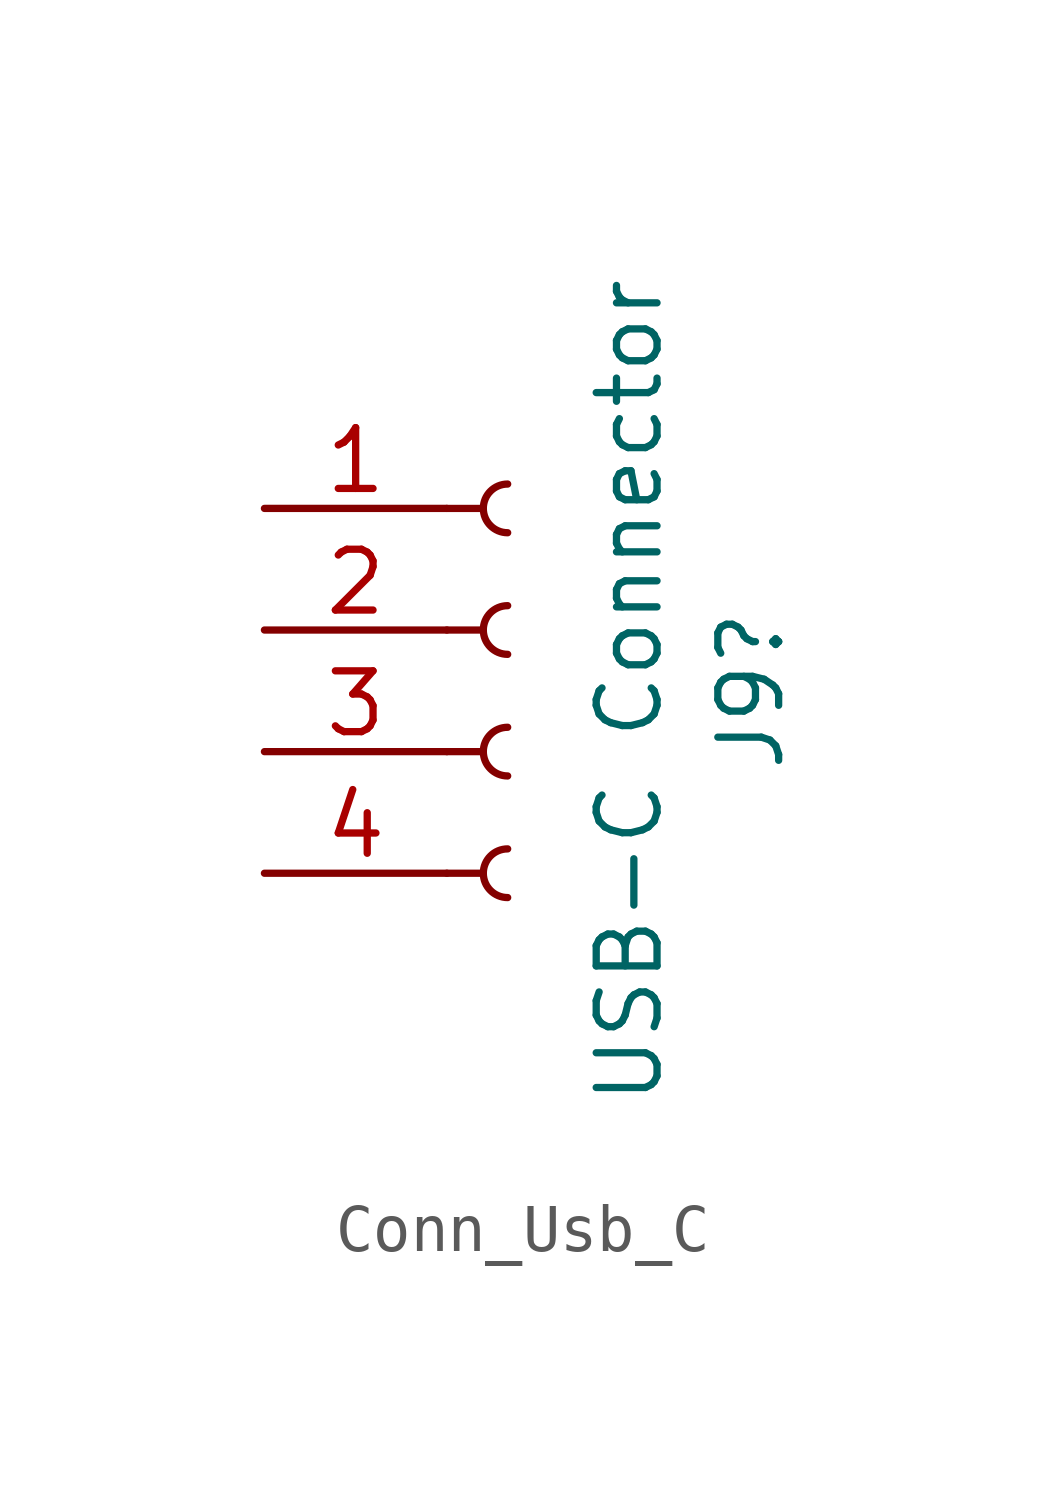
<source format=kicad_sym>
(kicad_symbol_lib
  (version 20220914)
  (generator kicad_symbol_editor)
  (symbol "Conn_Usb_C"
    (pin_names
      (offset 1.016) hide)
    (property "Reference" "J9"
      (at 5.08 -1.27 90)
      (effects (font (size 1.27 1.27))))
    (property "Value" "USB-C Connector"
      (at 2.54 -1.27 90)
      (effects (font (size 1.27 1.27))))
    (property "ki_locked" ""
      (at 0 0 0)
      (effects (font (size 1.27 1.27))))
    (symbol "Conn_Usb_C_1_1"
      (arc (start 0 -4.572) (mid -0.5058 -5.08) (end 0 -5.588) (stroke (width 0.1524) (type default)) (fill (type none)))
      (arc (start 0 -2.032) (mid -0.5058 -2.54) (end 0 -3.048) (stroke (width 0.1524) (type default)) (fill (type none)))
      (polyline (pts (xy -1.27 -5.08) (xy -0.508 -5.08)) (stroke (width 0.152) (type default)) (fill (type none)))
      (polyline (pts (xy -1.27 -2.54) (xy -0.508 -2.54)) (stroke (width 0.152) (type default)) (fill (type none)))
      (polyline (pts (xy -1.27 0) (xy -0.508 0)) (stroke (width 0.152) (type default)) (fill (type none)))
      (polyline (pts (xy -1.27 2.54) (xy -0.508 2.54)) (stroke (width 0.152) (type default)) (fill (type none)))
      (arc (start 0 0.508) (mid -0.5058 0) (end 0 -0.508) (stroke (width 0.1524) (type default)) (fill (type none)))
      (arc (start 0 3.048) (mid -0.5058 2.54) (end 0 2.032) (stroke (width 0.1524) (type default)) (fill (type none)))
      (pin power_in line (at -5.08 2.54 0) (length 3.81) (name "GND" (effects (font (size 1.27 1.27)))) (number "1" (effects (font (size 1.27 1.27)))))
      (pin bidirectional line (at -5.08 0 0) (length 3.81) (name "D+" (effects (font (size 1.27 1.27)))) (number "2" (effects (font (size 1.27 1.27)))))
      (pin bidirectional line (at -5.08 -2.54 0) (length 3.81) (name "D-" (effects (font (size 1.27 1.27)))) (number "3" (effects (font (size 1.27 1.27)))))
      (pin power_in line (at -5.08 -5.08 0) (length 3.81) (name "Vcc" (effects (font (size 1.27 1.27)))) (number "4" (effects (font (size 1.27 1.27))))))))
</source>
